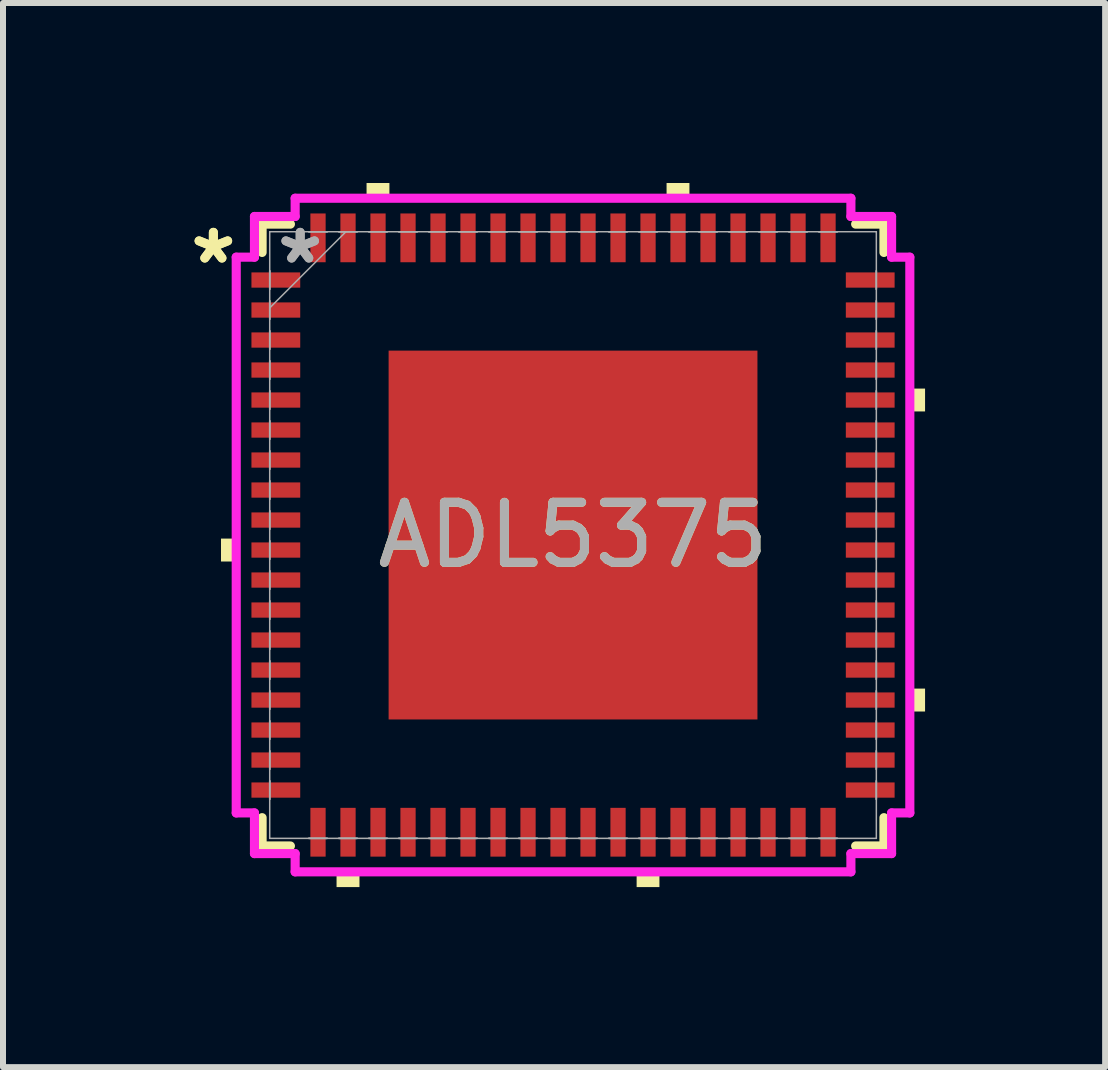
<source format=kicad_pcb>
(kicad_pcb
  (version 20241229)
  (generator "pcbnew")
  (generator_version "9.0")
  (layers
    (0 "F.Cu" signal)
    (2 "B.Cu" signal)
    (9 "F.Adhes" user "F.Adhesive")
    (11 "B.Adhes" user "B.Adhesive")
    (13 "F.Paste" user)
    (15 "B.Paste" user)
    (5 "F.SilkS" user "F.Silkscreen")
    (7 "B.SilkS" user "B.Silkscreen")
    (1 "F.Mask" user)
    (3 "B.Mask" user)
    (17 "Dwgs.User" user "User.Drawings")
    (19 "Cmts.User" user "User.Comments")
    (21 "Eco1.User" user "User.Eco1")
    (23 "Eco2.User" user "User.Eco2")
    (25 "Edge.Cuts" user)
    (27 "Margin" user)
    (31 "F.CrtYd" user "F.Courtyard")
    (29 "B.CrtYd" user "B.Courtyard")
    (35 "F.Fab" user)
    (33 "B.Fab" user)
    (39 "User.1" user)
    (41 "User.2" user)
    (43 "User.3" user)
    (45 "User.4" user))
  (footprint "ADL5375"
    (layer "F.Cu")
    (at 6.5 5.867)
    (property "Reference" "ADL5375" (at 0 0 0) (unlocked yes) (layer "F.SilkS") (effects (font (size 1 1) (thickness 0.15))))
    (attr smd)
    (fp_line (start -5.182 -5.182) (end -5.182 -4.71) (stroke (width 0.152) (type solid)) (layer "F.SilkS"))
    (fp_line (start -5.182 4.71) (end -5.182 5.182) (stroke (width 0.152) (type solid)) (layer "F.SilkS"))
    (fp_line (start -5.182 5.182) (end -4.71 5.182) (stroke (width 0.152) (type solid)) (layer "F.SilkS"))
    (fp_line (start -4.71 -5.182) (end -5.182 -5.182) (stroke (width 0.152) (type solid)) (layer "F.SilkS"))
    (fp_line (start 4.71 5.182) (end 5.182 5.182) (stroke (width 0.152) (type solid)) (layer "F.SilkS"))
    (fp_line (start 5.182 -5.182) (end 4.71 -5.182) (stroke (width 0.152) (type solid)) (layer "F.SilkS"))
    (fp_line (start 5.182 -4.71) (end 5.182 -5.182) (stroke (width 0.152) (type solid)) (layer "F.SilkS"))
    (fp_line (start 5.182 5.182) (end 5.182 4.71) (stroke (width 0.152) (type solid)) (layer "F.SilkS"))
    (fp_poly (pts (xy -5.867 0.059) (xy -5.867 0.441) (xy -5.613 0.441) (xy -5.613 0.059)) (stroke (width 0) (type solid)) (fill yes) (layer "F.SilkS"))
    (fp_poly (pts (xy -3.941 5.613) (xy -3.941 5.867) (xy -3.559 5.867) (xy -3.559 5.613)) (stroke (width 0) (type solid)) (fill yes) (layer "F.SilkS"))
    (fp_poly (pts (xy -3.441 -5.613) (xy -3.441 -5.867) (xy -3.06 -5.867) (xy -3.06 -5.613)) (stroke (width 0) (type solid)) (fill yes) (layer "F.SilkS"))
    (fp_poly (pts (xy 1.06 5.613) (xy 1.06 5.867) (xy 1.44 5.867) (xy 1.44 5.613)) (stroke (width 0) (type solid)) (fill yes) (layer "F.SilkS"))
    (fp_poly (pts (xy 1.559 -5.613) (xy 1.559 -5.867) (xy 1.94 -5.867) (xy 1.94 -5.613)) (stroke (width 0) (type solid)) (fill yes) (layer "F.SilkS"))
    (fp_poly (pts (xy 5.867 -2.441) (xy 5.867 -2.06) (xy 5.613 -2.06) (xy 5.613 -2.441)) (stroke (width 0) (type solid)) (fill yes) (layer "F.SilkS"))
    (fp_poly (pts (xy 5.867 2.559) (xy 5.867 2.941) (xy 5.613 2.941) (xy 5.613 2.559)) (stroke (width 0) (type solid)) (fill yes) (layer "F.SilkS"))
    (fp_poly (pts (xy -2.973 -2.973) (xy -2.973 -1.637) (xy -1.637 -1.637) (xy -1.637 -2.973)) (stroke (width 0) (type solid)) (fill yes) (layer "F.Paste"))
    (fp_poly (pts (xy -2.973 -1.437) (xy -2.973 -0.1) (xy -1.637 -0.1) (xy -1.637 -1.437)) (stroke (width 0) (type solid)) (fill yes) (layer "F.Paste"))
    (fp_poly (pts (xy -2.973 0.1) (xy -2.973 1.437) (xy -1.637 1.437) (xy -1.637 0.1)) (stroke (width 0) (type solid)) (fill yes) (layer "F.Paste"))
    (fp_poly (pts (xy -2.973 1.637) (xy -2.973 2.973) (xy -1.637 2.973) (xy -1.637 1.637)) (stroke (width 0) (type solid)) (fill yes) (layer "F.Paste"))
    (fp_poly (pts (xy -1.437 -2.973) (xy -1.437 -1.637) (xy -0.1 -1.637) (xy -0.1 -2.973)) (stroke (width 0) (type solid)) (fill yes) (layer "F.Paste"))
    (fp_poly (pts (xy -1.437 -1.437) (xy -1.437 -0.1) (xy -0.1 -0.1) (xy -0.1 -1.437)) (stroke (width 0) (type solid)) (fill yes) (layer "F.Paste"))
    (fp_poly (pts (xy -1.437 0.1) (xy -1.437 1.437) (xy -0.1 1.437) (xy -0.1 0.1)) (stroke (width 0) (type solid)) (fill yes) (layer "F.Paste"))
    (fp_poly (pts (xy -1.437 1.637) (xy -1.437 2.973) (xy -0.1 2.973) (xy -0.1 1.637)) (stroke (width 0) (type solid)) (fill yes) (layer "F.Paste"))
    (fp_poly (pts (xy 0.1 -2.973) (xy 0.1 -1.637) (xy 1.437 -1.637) (xy 1.437 -2.973)) (stroke (width 0) (type solid)) (fill yes) (layer "F.Paste"))
    (fp_poly (pts (xy 0.1 -1.437) (xy 0.1 -0.1) (xy 1.437 -0.1) (xy 1.437 -1.437)) (stroke (width 0) (type solid)) (fill yes) (layer "F.Paste"))
    (fp_poly (pts (xy 0.1 0.1) (xy 0.1 1.437) (xy 1.437 1.437) (xy 1.437 0.1)) (stroke (width 0) (type solid)) (fill yes) (layer "F.Paste"))
    (fp_poly (pts (xy 0.1 1.637) (xy 0.1 2.973) (xy 1.437 2.973) (xy 1.437 1.637)) (stroke (width 0) (type solid)) (fill yes) (layer "F.Paste"))
    (fp_poly (pts (xy 1.637 -2.973) (xy 1.637 -1.637) (xy 2.973 -1.637) (xy 2.973 -2.973)) (stroke (width 0) (type solid)) (fill yes) (layer "F.Paste"))
    (fp_poly (pts (xy 1.637 -1.437) (xy 1.637 -0.1) (xy 2.973 -0.1) (xy 2.973 -1.437)) (stroke (width 0) (type solid)) (fill yes) (layer "F.Paste"))
    (fp_poly (pts (xy 1.637 0.1) (xy 1.637 1.437) (xy 2.973 1.437) (xy 2.973 0.1)) (stroke (width 0) (type solid)) (fill yes) (layer "F.Paste"))
    (fp_poly (pts (xy 1.637 1.637) (xy 1.637 2.973) (xy 2.973 2.973) (xy 2.973 1.637)) (stroke (width 0) (type solid)) (fill yes) (layer "F.Paste"))
    (fp_line (start -5.613 -4.631) (end -5.309 -4.631) (stroke (width 0.152) (type solid)) (layer "F.CrtYd"))
    (fp_line (start -5.613 4.631) (end -5.613 -4.631) (stroke (width 0.152) (type solid)) (layer "F.CrtYd"))
    (fp_line (start -5.309 -5.309) (end -4.631 -5.309) (stroke (width 0.152) (type solid)) (layer "F.CrtYd"))
    (fp_line (start -5.309 -4.631) (end -5.309 -5.309) (stroke (width 0.152) (type solid)) (layer "F.CrtYd"))
    (fp_line (start -5.309 4.631) (end -5.613 4.631) (stroke (width 0.152) (type solid)) (layer "F.CrtYd"))
    (fp_line (start -5.309 5.309) (end -5.309 4.631) (stroke (width 0.152) (type solid)) (layer "F.CrtYd"))
    (fp_line (start -4.631 -5.613) (end 4.631 -5.613) (stroke (width 0.152) (type solid)) (layer "F.CrtYd"))
    (fp_line (start -4.631 -5.309) (end -4.631 -5.613) (stroke (width 0.152) (type solid)) (layer "F.CrtYd"))
    (fp_line (start -4.631 5.309) (end -5.309 5.309) (stroke (width 0.152) (type solid)) (layer "F.CrtYd"))
    (fp_line (start -4.631 5.613) (end -4.631 5.309) (stroke (width 0.152) (type solid)) (layer "F.CrtYd"))
    (fp_line (start 4.631 -5.613) (end 4.631 -5.309) (stroke (width 0.152) (type solid)) (layer "F.CrtYd"))
    (fp_line (start 4.631 -5.309) (end 5.309 -5.309) (stroke (width 0.152) (type solid)) (layer "F.CrtYd"))
    (fp_line (start 4.631 5.309) (end 4.631 5.613) (stroke (width 0.152) (type solid)) (layer "F.CrtYd"))
    (fp_line (start 4.631 5.613) (end -4.631 5.613) (stroke (width 0.152) (type solid)) (layer "F.CrtYd"))
    (fp_line (start 5.309 -5.309) (end 5.309 -4.631) (stroke (width 0.152) (type solid)) (layer "F.CrtYd"))
    (fp_line (start 5.309 -4.631) (end 5.613 -4.631) (stroke (width 0.152) (type solid)) (layer "F.CrtYd"))
    (fp_line (start 5.309 4.631) (end 5.309 5.309) (stroke (width 0.152) (type solid)) (layer "F.CrtYd"))
    (fp_line (start 5.309 5.309) (end 4.631 5.309) (stroke (width 0.152) (type solid)) (layer "F.CrtYd"))
    (fp_line (start 5.613 -4.631) (end 5.613 4.631) (stroke (width 0.152) (type solid)) (layer "F.CrtYd"))
    (fp_line (start 5.613 4.631) (end 5.309 4.631) (stroke (width 0.152) (type solid)) (layer "F.CrtYd"))
    (fp_line (start -5.055 -5.055) (end -5.055 -5.055) (stroke (width 0.025) (type solid)) (layer "F.Fab"))
    (fp_line (start -5.055 -5.055) (end -5.055 5.055) (stroke (width 0.025) (type solid)) (layer "F.Fab"))
    (fp_line (start -5.055 -4.402) (end -5.055 -4.402) (stroke (width 0.025) (type solid)) (layer "F.Fab"))
    (fp_line (start -5.055 -4.402) (end -5.055 -4.098) (stroke (width 0.025) (type solid)) (layer "F.Fab"))
    (fp_line (start -5.055 -4.098) (end -5.055 -4.402) (stroke (width 0.025) (type solid)) (layer "F.Fab"))
    (fp_line (start -5.055 -4.098) (end -5.055 -4.098) (stroke (width 0.025) (type solid)) (layer "F.Fab"))
    (fp_line (start -5.055 -3.902) (end -5.055 -3.902) (stroke (width 0.025) (type solid)) (layer "F.Fab"))
    (fp_line (start -5.055 -3.902) (end -5.055 -3.598) (stroke (width 0.025) (type solid)) (layer "F.Fab"))
    (fp_line (start -5.055 -3.785) (end -3.785 -5.055) (stroke (width 0.025) (type solid)) (layer "F.Fab"))
    (fp_line (start -5.055 -3.598) (end -5.055 -3.902) (stroke (width 0.025) (type solid)) (layer "F.Fab"))
    (fp_line (start -5.055 -3.598) (end -5.055 -3.598) (stroke (width 0.025) (type solid)) (layer "F.Fab"))
    (fp_line (start -5.055 -3.402) (end -5.055 -3.402) (stroke (width 0.025) (type solid)) (layer "F.Fab"))
    (fp_line (start -5.055 -3.402) (end -5.055 -3.098) (stroke (width 0.025) (type solid)) (layer "F.Fab"))
    (fp_line (start -5.055 -3.098) (end -5.055 -3.402) (stroke (width 0.025) (type solid)) (layer "F.Fab"))
    (fp_line (start -5.055 -3.098) (end -5.055 -3.098) (stroke (width 0.025) (type solid)) (layer "F.Fab"))
    (fp_line (start -5.055 -2.902) (end -5.055 -2.902) (stroke (width 0.025) (type solid)) (layer "F.Fab"))
    (fp_line (start -5.055 -2.902) (end -5.055 -2.598) (stroke (width 0.025) (type solid)) (layer "F.Fab"))
    (fp_line (start -5.055 -2.598) (end -5.055 -2.902) (stroke (width 0.025) (type solid)) (layer "F.Fab"))
    (fp_line (start -5.055 -2.598) (end -5.055 -2.598) (stroke (width 0.025) (type solid)) (layer "F.Fab"))
    (fp_line (start -5.055 -2.402) (end -5.055 -2.402) (stroke (width 0.025) (type solid)) (layer "F.Fab"))
    (fp_line (start -5.055 -2.402) (end -5.055 -2.098) (stroke (width 0.025) (type solid)) (layer "F.Fab"))
    (fp_line (start -5.055 -2.098) (end -5.055 -2.402) (stroke (width 0.025) (type solid)) (layer "F.Fab"))
    (fp_line (start -5.055 -2.098) (end -5.055 -2.098) (stroke (width 0.025) (type solid)) (layer "F.Fab"))
    (fp_line (start -5.055 -1.902) (end -5.055 -1.902) (stroke (width 0.025) (type solid)) (layer "F.Fab"))
    (fp_line (start -5.055 -1.902) (end -5.055 -1.598) (stroke (width 0.025) (type solid)) (layer "F.Fab"))
    (fp_line (start -5.055 -1.598) (end -5.055 -1.902) (stroke (width 0.025) (type solid)) (layer "F.Fab"))
    (fp_line (start -5.055 -1.598) (end -5.055 -1.598) (stroke (width 0.025) (type solid)) (layer "F.Fab"))
    (fp_line (start -5.055 -1.402) (end -5.055 -1.402) (stroke (width 0.025) (type solid)) (layer "F.Fab"))
    (fp_line (start -5.055 -1.402) (end -5.055 -1.098) (stroke (width 0.025) (type solid)) (layer "F.Fab"))
    (fp_line (start -5.055 -1.098) (end -5.055 -1.402) (stroke (width 0.025) (type solid)) (layer "F.Fab"))
    (fp_line (start -5.055 -1.098) (end -5.055 -1.098) (stroke (width 0.025) (type solid)) (layer "F.Fab"))
    (fp_line (start -5.055 -0.902) (end -5.055 -0.902) (stroke (width 0.025) (type solid)) (layer "F.Fab"))
    (fp_line (start -5.055 -0.902) (end -5.055 -0.598) (stroke (width 0.025) (type solid)) (layer "F.Fab"))
    (fp_line (start -5.055 -0.598) (end -5.055 -0.902) (stroke (width 0.025) (type solid)) (layer "F.Fab"))
    (fp_line (start -5.055 -0.598) (end -5.055 -0.598) (stroke (width 0.025) (type solid)) (layer "F.Fab"))
    (fp_line (start -5.055 -0.402) (end -5.055 -0.402) (stroke (width 0.025) (type solid)) (layer "F.Fab"))
    (fp_line (start -5.055 -0.402) (end -5.055 -0.098) (stroke (width 0.025) (type solid)) (layer "F.Fab"))
    (fp_line (start -5.055 -0.098) (end -5.055 -0.402) (stroke (width 0.025) (type solid)) (layer "F.Fab"))
    (fp_line (start -5.055 -0.098) (end -5.055 -0.098) (stroke (width 0.025) (type solid)) (layer "F.Fab"))
    (fp_line (start -5.055 0.098) (end -5.055 0.098) (stroke (width 0.025) (type solid)) (layer "F.Fab"))
    (fp_line (start -5.055 0.098) (end -5.055 0.402) (stroke (width 0.025) (type solid)) (layer "F.Fab"))
    (fp_line (start -5.055 0.402) (end -5.055 0.098) (stroke (width 0.025) (type solid)) (layer "F.Fab"))
    (fp_line (start -5.055 0.402) (end -5.055 0.402) (stroke (width 0.025) (type solid)) (layer "F.Fab"))
    (fp_line (start -5.055 0.598) (end -5.055 0.598) (stroke (width 0.025) (type solid)) (layer "F.Fab"))
    (fp_line (start -5.055 0.598) (end -5.055 0.902) (stroke (width 0.025) (type solid)) (layer "F.Fab"))
    (fp_line (start -5.055 0.902) (end -5.055 0.598) (stroke (width 0.025) (type solid)) (layer "F.Fab"))
    (fp_line (start -5.055 0.902) (end -5.055 0.902) (stroke (width 0.025) (type solid)) (layer "F.Fab"))
    (fp_line (start -5.055 1.098) (end -5.055 1.098) (stroke (width 0.025) (type solid)) (layer "F.Fab"))
    (fp_line (start -5.055 1.098) (end -5.055 1.402) (stroke (width 0.025) (type solid)) (layer "F.Fab"))
    (fp_line (start -5.055 1.402) (end -5.055 1.098) (stroke (width 0.025) (type solid)) (layer "F.Fab"))
    (fp_line (start -5.055 1.402) (end -5.055 1.402) (stroke (width 0.025) (type solid)) (layer "F.Fab"))
    (fp_line (start -5.055 1.598) (end -5.055 1.598) (stroke (width 0.025) (type solid)) (layer "F.Fab"))
    (fp_line (start -5.055 1.598) (end -5.055 1.902) (stroke (width 0.025) (type solid)) (layer "F.Fab"))
    (fp_line (start -5.055 1.902) (end -5.055 1.598) (stroke (width 0.025) (type solid)) (layer "F.Fab"))
    (fp_line (start -5.055 1.902) (end -5.055 1.902) (stroke (width 0.025) (type solid)) (layer "F.Fab"))
    (fp_line (start -5.055 2.098) (end -5.055 2.098) (stroke (width 0.025) (type solid)) (layer "F.Fab"))
    (fp_line (start -5.055 2.098) (end -5.055 2.402) (stroke (width 0.025) (type solid)) (layer "F.Fab"))
    (fp_line (start -5.055 2.402) (end -5.055 2.098) (stroke (width 0.025) (type solid)) (layer "F.Fab"))
    (fp_line (start -5.055 2.402) (end -5.055 2.402) (stroke (width 0.025) (type solid)) (layer "F.Fab"))
    (fp_line (start -5.055 2.598) (end -5.055 2.598) (stroke (width 0.025) (type solid)) (layer "F.Fab"))
    (fp_line (start -5.055 2.598) (end -5.055 2.902) (stroke (width 0.025) (type solid)) (layer "F.Fab"))
    (fp_line (start -5.055 2.902) (end -5.055 2.598) (stroke (width 0.025) (type solid)) (layer "F.Fab"))
    (fp_line (start -5.055 2.902) (end -5.055 2.902) (stroke (width 0.025) (type solid)) (layer "F.Fab"))
    (fp_line (start -5.055 3.098) (end -5.055 3.098) (stroke (width 0.025) (type solid)) (layer "F.Fab"))
    (fp_line (start -5.055 3.098) (end -5.055 3.402) (stroke (width 0.025) (type solid)) (layer "F.Fab"))
    (fp_line (start -5.055 3.402) (end -5.055 3.098) (stroke (width 0.025) (type solid)) (layer "F.Fab"))
    (fp_line (start -5.055 3.402) (end -5.055 3.402) (stroke (width 0.025) (type solid)) (layer "F.Fab"))
    (fp_line (start -5.055 3.598) (end -5.055 3.598) (stroke (width 0.025) (type solid)) (layer "F.Fab"))
    (fp_line (start -5.055 3.598) (end -5.055 3.902) (stroke (width 0.025) (type solid)) (layer "F.Fab"))
    (fp_line (start -5.055 3.902) (end -5.055 3.598) (stroke (width 0.025) (type solid)) (layer "F.Fab"))
    (fp_line (start -5.055 3.902) (end -5.055 3.902) (stroke (width 0.025) (type solid)) (layer "F.Fab"))
    (fp_line (start -5.055 4.098) (end -5.055 4.098) (stroke (width 0.025) (type solid)) (layer "F.Fab"))
    (fp_line (start -5.055 4.098) (end -5.055 4.402) (stroke (width 0.025) (type solid)) (layer "F.Fab"))
    (fp_line (start -5.055 4.402) (end -5.055 4.098) (stroke (width 0.025) (type solid)) (layer "F.Fab"))
    (fp_line (start -5.055 4.402) (end -5.055 4.402) (stroke (width 0.025) (type solid)) (layer "F.Fab"))
    (fp_line (start -5.055 5.055) (end -5.055 5.055) (stroke (width 0.025) (type solid)) (layer "F.Fab"))
    (fp_line (start -5.055 5.055) (end 5.055 5.055) (stroke (width 0.025) (type solid)) (layer "F.Fab"))
    (fp_line (start -4.402 -5.055) (end -4.402 -5.055) (stroke (width 0.025) (type solid)) (layer "F.Fab"))
    (fp_line (start -4.402 -5.055) (end -4.098 -5.055) (stroke (width 0.025) (type solid)) (layer "F.Fab"))
    (fp_line (start -4.402 5.055) (end -4.402 5.055) (stroke (width 0.025) (type solid)) (layer "F.Fab"))
    (fp_line (start -4.402 5.055) (end -4.098 5.055) (stroke (width 0.025) (type solid)) (layer "F.Fab"))
    (fp_line (start -4.098 -5.055) (end -4.402 -5.055) (stroke (width 0.025) (type solid)) (layer "F.Fab"))
    (fp_line (start -4.098 -5.055) (end -4.098 -5.055) (stroke (width 0.025) (type solid)) (layer "F.Fab"))
    (fp_line (start -4.098 5.055) (end -4.402 5.055) (stroke (width 0.025) (type solid)) (layer "F.Fab"))
    (fp_line (start -4.098 5.055) (end -4.098 5.055) (stroke (width 0.025) (type solid)) (layer "F.Fab"))
    (fp_line (start -3.902 -5.055) (end -3.902 -5.055) (stroke (width 0.025) (type solid)) (layer "F.Fab"))
    (fp_line (start -3.902 -5.055) (end -3.598 -5.055) (stroke (width 0.025) (type solid)) (layer "F.Fab"))
    (fp_line (start -3.902 5.055) (end -3.902 5.055) (stroke (width 0.025) (type solid)) (layer "F.Fab"))
    (fp_line (start -3.902 5.055) (end -3.598 5.055) (stroke (width 0.025) (type solid)) (layer "F.Fab"))
    (fp_line (start -3.598 -5.055) (end -3.902 -5.055) (stroke (width 0.025) (type solid)) (layer "F.Fab"))
    (fp_line (start -3.598 -5.055) (end -3.598 -5.055) (stroke (width 0.025) (type solid)) (layer "F.Fab"))
    (fp_line (start -3.598 5.055) (end -3.902 5.055) (stroke (width 0.025) (type solid)) (layer "F.Fab"))
    (fp_line (start -3.598 5.055) (end -3.598 5.055) (stroke (width 0.025) (type solid)) (layer "F.Fab"))
    (fp_line (start -3.402 -5.055) (end -3.402 -5.055) (stroke (width 0.025) (type solid)) (layer "F.Fab"))
    (fp_line (start -3.402 -5.055) (end -3.098 -5.055) (stroke (width 0.025) (type solid)) (layer "F.Fab"))
    (fp_line (start -3.402 5.055) (end -3.402 5.055) (stroke (width 0.025) (type solid)) (layer "F.Fab"))
    (fp_line (start -3.402 5.055) (end -3.098 5.055) (stroke (width 0.025) (type solid)) (layer "F.Fab"))
    (fp_line (start -3.098 -5.055) (end -3.402 -5.055) (stroke (width 0.025) (type solid)) (layer "F.Fab"))
    (fp_line (start -3.098 -5.055) (end -3.098 -5.055) (stroke (width 0.025) (type solid)) (layer "F.Fab"))
    (fp_line (start -3.098 5.055) (end -3.402 5.055) (stroke (width 0.025) (type solid)) (layer "F.Fab"))
    (fp_line (start -3.098 5.055) (end -3.098 5.055) (stroke (width 0.025) (type solid)) (layer "F.Fab"))
    (fp_line (start -2.902 -5.055) (end -2.902 -5.055) (stroke (width 0.025) (type solid)) (layer "F.Fab"))
    (fp_line (start -2.902 -5.055) (end -2.598 -5.055) (stroke (width 0.025) (type solid)) (layer "F.Fab"))
    (fp_line (start -2.902 5.055) (end -2.902 5.055) (stroke (width 0.025) (type solid)) (layer "F.Fab"))
    (fp_line (start -2.902 5.055) (end -2.598 5.055) (stroke (width 0.025) (type solid)) (layer "F.Fab"))
    (fp_line (start -2.598 -5.055) (end -2.902 -5.055) (stroke (width 0.025) (type solid)) (layer "F.Fab"))
    (fp_line (start -2.598 -5.055) (end -2.598 -5.055) (stroke (width 0.025) (type solid)) (layer "F.Fab"))
    (fp_line (start -2.598 5.055) (end -2.902 5.055) (stroke (width 0.025) (type solid)) (layer "F.Fab"))
    (fp_line (start -2.598 5.055) (end -2.598 5.055) (stroke (width 0.025) (type solid)) (layer "F.Fab"))
    (fp_line (start -2.402 -5.055) (end -2.402 -5.055) (stroke (width 0.025) (type solid)) (layer "F.Fab"))
    (fp_line (start -2.402 -5.055) (end -2.098 -5.055) (stroke (width 0.025) (type solid)) (layer "F.Fab"))
    (fp_line (start -2.402 5.055) (end -2.402 5.055) (stroke (width 0.025) (type solid)) (layer "F.Fab"))
    (fp_line (start -2.402 5.055) (end -2.098 5.055) (stroke (width 0.025) (type solid)) (layer "F.Fab"))
    (fp_line (start -2.098 -5.055) (end -2.402 -5.055) (stroke (width 0.025) (type solid)) (layer "F.Fab"))
    (fp_line (start -2.098 -5.055) (end -2.098 -5.055) (stroke (width 0.025) (type solid)) (layer "F.Fab"))
    (fp_line (start -2.098 5.055) (end -2.402 5.055) (stroke (width 0.025) (type solid)) (layer "F.Fab"))
    (fp_line (start -2.098 5.055) (end -2.098 5.055) (stroke (width 0.025) (type solid)) (layer "F.Fab"))
    (fp_line (start -1.902 -5.055) (end -1.902 -5.055) (stroke (width 0.025) (type solid)) (layer "F.Fab"))
    (fp_line (start -1.902 -5.055) (end -1.598 -5.055) (stroke (width 0.025) (type solid)) (layer "F.Fab"))
    (fp_line (start -1.902 5.055) (end -1.902 5.055) (stroke (width 0.025) (type solid)) (layer "F.Fab"))
    (fp_line (start -1.902 5.055) (end -1.598 5.055) (stroke (width 0.025) (type solid)) (layer "F.Fab"))
    (fp_line (start -1.598 -5.055) (end -1.902 -5.055) (stroke (width 0.025) (type solid)) (layer "F.Fab"))
    (fp_line (start -1.598 -5.055) (end -1.598 -5.055) (stroke (width 0.025) (type solid)) (layer "F.Fab"))
    (fp_line (start -1.598 5.055) (end -1.902 5.055) (stroke (width 0.025) (type solid)) (layer "F.Fab"))
    (fp_line (start -1.598 5.055) (end -1.598 5.055) (stroke (width 0.025) (type solid)) (layer "F.Fab"))
    (fp_line (start -1.402 -5.055) (end -1.402 -5.055) (stroke (width 0.025) (type solid)) (layer "F.Fab"))
    (fp_line (start -1.402 -5.055) (end -1.098 -5.055) (stroke (width 0.025) (type solid)) (layer "F.Fab"))
    (fp_line (start -1.402 5.055) (end -1.402 5.055) (stroke (width 0.025) (type solid)) (layer "F.Fab"))
    (fp_line (start -1.402 5.055) (end -1.098 5.055) (stroke (width 0.025) (type solid)) (layer "F.Fab"))
    (fp_line (start -1.098 -5.055) (end -1.402 -5.055) (stroke (width 0.025) (type solid)) (layer "F.Fab"))
    (fp_line (start -1.098 -5.055) (end -1.098 -5.055) (stroke (width 0.025) (type solid)) (layer "F.Fab"))
    (fp_line (start -1.098 5.055) (end -1.402 5.055) (stroke (width 0.025) (type solid)) (layer "F.Fab"))
    (fp_line (start -1.098 5.055) (end -1.098 5.055) (stroke (width 0.025) (type solid)) (layer "F.Fab"))
    (fp_line (start -0.902 -5.055) (end -0.902 -5.055) (stroke (width 0.025) (type solid)) (layer "F.Fab"))
    (fp_line (start -0.902 -5.055) (end -0.598 -5.055) (stroke (width 0.025) (type solid)) (layer "F.Fab"))
    (fp_line (start -0.902 5.055) (end -0.902 5.055) (stroke (width 0.025) (type solid)) (layer "F.Fab"))
    (fp_line (start -0.902 5.055) (end -0.598 5.055) (stroke (width 0.025) (type solid)) (layer "F.Fab"))
    (fp_line (start -0.598 -5.055) (end -0.902 -5.055) (stroke (width 0.025) (type solid)) (layer "F.Fab"))
    (fp_line (start -0.598 -5.055) (end -0.598 -5.055) (stroke (width 0.025) (type solid)) (layer "F.Fab"))
    (fp_line (start -0.598 5.055) (end -0.902 5.055) (stroke (width 0.025) (type solid)) (layer "F.Fab"))
    (fp_line (start -0.598 5.055) (end -0.598 5.055) (stroke (width 0.025) (type solid)) (layer "F.Fab"))
    (fp_line (start -0.402 -5.055) (end -0.402 -5.055) (stroke (width 0.025) (type solid)) (layer "F.Fab"))
    (fp_line (start -0.402 -5.055) (end -0.098 -5.055) (stroke (width 0.025) (type solid)) (layer "F.Fab"))
    (fp_line (start -0.402 5.055) (end -0.402 5.055) (stroke (width 0.025) (type solid)) (layer "F.Fab"))
    (fp_line (start -0.402 5.055) (end -0.098 5.055) (stroke (width 0.025) (type solid)) (layer "F.Fab"))
    (fp_line (start -0.098 -5.055) (end -0.402 -5.055) (stroke (width 0.025) (type solid)) (layer "F.Fab"))
    (fp_line (start -0.098 -5.055) (end -0.098 -5.055) (stroke (width 0.025) (type solid)) (layer "F.Fab"))
    (fp_line (start -0.098 5.055) (end -0.402 5.055) (stroke (width 0.025) (type solid)) (layer "F.Fab"))
    (fp_line (start -0.098 5.055) (end -0.098 5.055) (stroke (width 0.025) (type solid)) (layer "F.Fab"))
    (fp_line (start 0.098 -5.055) (end 0.098 -5.055) (stroke (width 0.025) (type solid)) (layer "F.Fab"))
    (fp_line (start 0.098 -5.055) (end 0.402 -5.055) (stroke (width 0.025) (type solid)) (layer "F.Fab"))
    (fp_line (start 0.098 5.055) (end 0.098 5.055) (stroke (width 0.025) (type solid)) (layer "F.Fab"))
    (fp_line (start 0.098 5.055) (end 0.402 5.055) (stroke (width 0.025) (type solid)) (layer "F.Fab"))
    (fp_line (start 0.402 -5.055) (end 0.098 -5.055) (stroke (width 0.025) (type solid)) (layer "F.Fab"))
    (fp_line (start 0.402 -5.055) (end 0.402 -5.055) (stroke (width 0.025) (type solid)) (layer "F.Fab"))
    (fp_line (start 0.402 5.055) (end 0.098 5.055) (stroke (width 0.025) (type solid)) (layer "F.Fab"))
    (fp_line (start 0.402 5.055) (end 0.402 5.055) (stroke (width 0.025) (type solid)) (layer "F.Fab"))
    (fp_line (start 0.598 -5.055) (end 0.598 -5.055) (stroke (width 0.025) (type solid)) (layer "F.Fab"))
    (fp_line (start 0.598 -5.055) (end 0.902 -5.055) (stroke (width 0.025) (type solid)) (layer "F.Fab"))
    (fp_line (start 0.598 5.055) (end 0.598 5.055) (stroke (width 0.025) (type solid)) (layer "F.Fab"))
    (fp_line (start 0.598 5.055) (end 0.902 5.055) (stroke (width 0.025) (type solid)) (layer "F.Fab"))
    (fp_line (start 0.902 -5.055) (end 0.598 -5.055) (stroke (width 0.025) (type solid)) (layer "F.Fab"))
    (fp_line (start 0.902 -5.055) (end 0.902 -5.055) (stroke (width 0.025) (type solid)) (layer "F.Fab"))
    (fp_line (start 0.902 5.055) (end 0.598 5.055) (stroke (width 0.025) (type solid)) (layer "F.Fab"))
    (fp_line (start 0.902 5.055) (end 0.902 5.055) (stroke (width 0.025) (type solid)) (layer "F.Fab"))
    (fp_line (start 1.098 -5.055) (end 1.098 -5.055) (stroke (width 0.025) (type solid)) (layer "F.Fab"))
    (fp_line (start 1.098 -5.055) (end 1.402 -5.055) (stroke (width 0.025) (type solid)) (layer "F.Fab"))
    (fp_line (start 1.098 5.055) (end 1.098 5.055) (stroke (width 0.025) (type solid)) (layer "F.Fab"))
    (fp_line (start 1.098 5.055) (end 1.402 5.055) (stroke (width 0.025) (type solid)) (layer "F.Fab"))
    (fp_line (start 1.402 -5.055) (end 1.098 -5.055) (stroke (width 0.025) (type solid)) (layer "F.Fab"))
    (fp_line (start 1.402 -5.055) (end 1.402 -5.055) (stroke (width 0.025) (type solid)) (layer "F.Fab"))
    (fp_line (start 1.402 5.055) (end 1.098 5.055) (stroke (width 0.025) (type solid)) (layer "F.Fab"))
    (fp_line (start 1.402 5.055) (end 1.402 5.055) (stroke (width 0.025) (type solid)) (layer "F.Fab"))
    (fp_line (start 1.598 -5.055) (end 1.598 -5.055) (stroke (width 0.025) (type solid)) (layer "F.Fab"))
    (fp_line (start 1.598 -5.055) (end 1.902 -5.055) (stroke (width 0.025) (type solid)) (layer "F.Fab"))
    (fp_line (start 1.598 5.055) (end 1.598 5.055) (stroke (width 0.025) (type solid)) (layer "F.Fab"))
    (fp_line (start 1.598 5.055) (end 1.902 5.055) (stroke (width 0.025) (type solid)) (layer "F.Fab"))
    (fp_line (start 1.902 -5.055) (end 1.598 -5.055) (stroke (width 0.025) (type solid)) (layer "F.Fab"))
    (fp_line (start 1.902 -5.055) (end 1.902 -5.055) (stroke (width 0.025) (type solid)) (layer "F.Fab"))
    (fp_line (start 1.902 5.055) (end 1.598 5.055) (stroke (width 0.025) (type solid)) (layer "F.Fab"))
    (fp_line (start 1.902 5.055) (end 1.902 5.055) (stroke (width 0.025) (type solid)) (layer "F.Fab"))
    (fp_line (start 2.098 -5.055) (end 2.098 -5.055) (stroke (width 0.025) (type solid)) (layer "F.Fab"))
    (fp_line (start 2.098 -5.055) (end 2.402 -5.055) (stroke (width 0.025) (type solid)) (layer "F.Fab"))
    (fp_line (start 2.098 5.055) (end 2.098 5.055) (stroke (width 0.025) (type solid)) (layer "F.Fab"))
    (fp_line (start 2.098 5.055) (end 2.402 5.055) (stroke (width 0.025) (type solid)) (layer "F.Fab"))
    (fp_line (start 2.402 -5.055) (end 2.098 -5.055) (stroke (width 0.025) (type solid)) (layer "F.Fab"))
    (fp_line (start 2.402 -5.055) (end 2.402 -5.055) (stroke (width 0.025) (type solid)) (layer "F.Fab"))
    (fp_line (start 2.402 5.055) (end 2.098 5.055) (stroke (width 0.025) (type solid)) (layer "F.Fab"))
    (fp_line (start 2.402 5.055) (end 2.402 5.055) (stroke (width 0.025) (type solid)) (layer "F.Fab"))
    (fp_line (start 2.598 -5.055) (end 2.598 -5.055) (stroke (width 0.025) (type solid)) (layer "F.Fab"))
    (fp_line (start 2.598 -5.055) (end 2.902 -5.055) (stroke (width 0.025) (type solid)) (layer "F.Fab"))
    (fp_line (start 2.598 5.055) (end 2.598 5.055) (stroke (width 0.025) (type solid)) (layer "F.Fab"))
    (fp_line (start 2.598 5.055) (end 2.902 5.055) (stroke (width 0.025) (type solid)) (layer "F.Fab"))
    (fp_line (start 2.902 -5.055) (end 2.598 -5.055) (stroke (width 0.025) (type solid)) (layer "F.Fab"))
    (fp_line (start 2.902 -5.055) (end 2.902 -5.055) (stroke (width 0.025) (type solid)) (layer "F.Fab"))
    (fp_line (start 2.902 5.055) (end 2.598 5.055) (stroke (width 0.025) (type solid)) (layer "F.Fab"))
    (fp_line (start 2.902 5.055) (end 2.902 5.055) (stroke (width 0.025) (type solid)) (layer "F.Fab"))
    (fp_line (start 3.098 -5.055) (end 3.098 -5.055) (stroke (width 0.025) (type solid)) (layer "F.Fab"))
    (fp_line (start 3.098 -5.055) (end 3.402 -5.055) (stroke (width 0.025) (type solid)) (layer "F.Fab"))
    (fp_line (start 3.098 5.055) (end 3.098 5.055) (stroke (width 0.025) (type solid)) (layer "F.Fab"))
    (fp_line (start 3.098 5.055) (end 3.402 5.055) (stroke (width 0.025) (type solid)) (layer "F.Fab"))
    (fp_line (start 3.402 -5.055) (end 3.098 -5.055) (stroke (width 0.025) (type solid)) (layer "F.Fab"))
    (fp_line (start 3.402 -5.055) (end 3.402 -5.055) (stroke (width 0.025) (type solid)) (layer "F.Fab"))
    (fp_line (start 3.402 5.055) (end 3.098 5.055) (stroke (width 0.025) (type solid)) (layer "F.Fab"))
    (fp_line (start 3.402 5.055) (end 3.402 5.055) (stroke (width 0.025) (type solid)) (layer "F.Fab"))
    (fp_line (start 3.598 -5.055) (end 3.598 -5.055) (stroke (width 0.025) (type solid)) (layer "F.Fab"))
    (fp_line (start 3.598 -5.055) (end 3.902 -5.055) (stroke (width 0.025) (type solid)) (layer "F.Fab"))
    (fp_line (start 3.598 5.055) (end 3.598 5.055) (stroke (width 0.025) (type solid)) (layer "F.Fab"))
    (fp_line (start 3.598 5.055) (end 3.902 5.055) (stroke (width 0.025) (type solid)) (layer "F.Fab"))
    (fp_line (start 3.902 -5.055) (end 3.598 -5.055) (stroke (width 0.025) (type solid)) (layer "F.Fab"))
    (fp_line (start 3.902 -5.055) (end 3.902 -5.055) (stroke (width 0.025) (type solid)) (layer "F.Fab"))
    (fp_line (start 3.902 5.055) (end 3.598 5.055) (stroke (width 0.025) (type solid)) (layer "F.Fab"))
    (fp_line (start 3.902 5.055) (end 3.902 5.055) (stroke (width 0.025) (type solid)) (layer "F.Fab"))
    (fp_line (start 4.098 -5.055) (end 4.098 -5.055) (stroke (width 0.025) (type solid)) (layer "F.Fab"))
    (fp_line (start 4.098 -5.055) (end 4.402 -5.055) (stroke (width 0.025) (type solid)) (layer "F.Fab"))
    (fp_line (start 4.098 5.055) (end 4.098 5.055) (stroke (width 0.025) (type solid)) (layer "F.Fab"))
    (fp_line (start 4.098 5.055) (end 4.402 5.055) (stroke (width 0.025) (type solid)) (layer "F.Fab"))
    (fp_line (start 4.402 -5.055) (end 4.098 -5.055) (stroke (width 0.025) (type solid)) (layer "F.Fab"))
    (fp_line (start 4.402 -5.055) (end 4.402 -5.055) (stroke (width 0.025) (type solid)) (layer "F.Fab"))
    (fp_line (start 4.402 5.055) (end 4.098 5.055) (stroke (width 0.025) (type solid)) (layer "F.Fab"))
    (fp_line (start 4.402 5.055) (end 4.402 5.055) (stroke (width 0.025) (type solid)) (layer "F.Fab"))
    (fp_line (start 5.055 -5.055) (end -5.055 -5.055) (stroke (width 0.025) (type solid)) (layer "F.Fab"))
    (fp_line (start 5.055 -5.055) (end 5.055 -5.055) (stroke (width 0.025) (type solid)) (layer "F.Fab"))
    (fp_line (start 5.055 -4.402) (end 5.055 -4.402) (stroke (width 0.025) (type solid)) (layer "F.Fab"))
    (fp_line (start 5.055 -4.402) (end 5.055 -4.098) (stroke (width 0.025) (type solid)) (layer "F.Fab"))
    (fp_line (start 5.055 -4.098) (end 5.055 -4.402) (stroke (width 0.025) (type solid)) (layer "F.Fab"))
    (fp_line (start 5.055 -4.098) (end 5.055 -4.098) (stroke (width 0.025) (type solid)) (layer "F.Fab"))
    (fp_line (start 5.055 -3.902) (end 5.055 -3.902) (stroke (width 0.025) (type solid)) (layer "F.Fab"))
    (fp_line (start 5.055 -3.902) (end 5.055 -3.598) (stroke (width 0.025) (type solid)) (layer "F.Fab"))
    (fp_line (start 5.055 -3.598) (end 5.055 -3.902) (stroke (width 0.025) (type solid)) (layer "F.Fab"))
    (fp_line (start 5.055 -3.598) (end 5.055 -3.598) (stroke (width 0.025) (type solid)) (layer "F.Fab"))
    (fp_line (start 5.055 -3.402) (end 5.055 -3.402) (stroke (width 0.025) (type solid)) (layer "F.Fab"))
    (fp_line (start 5.055 -3.402) (end 5.055 -3.098) (stroke (width 0.025) (type solid)) (layer "F.Fab"))
    (fp_line (start 5.055 -3.098) (end 5.055 -3.402) (stroke (width 0.025) (type solid)) (layer "F.Fab"))
    (fp_line (start 5.055 -3.098) (end 5.055 -3.098) (stroke (width 0.025) (type solid)) (layer "F.Fab"))
    (fp_line (start 5.055 -2.902) (end 5.055 -2.902) (stroke (width 0.025) (type solid)) (layer "F.Fab"))
    (fp_line (start 5.055 -2.902) (end 5.055 -2.598) (stroke (width 0.025) (type solid)) (layer "F.Fab"))
    (fp_line (start 5.055 -2.598) (end 5.055 -2.902) (stroke (width 0.025) (type solid)) (layer "F.Fab"))
    (fp_line (start 5.055 -2.598) (end 5.055 -2.598) (stroke (width 0.025) (type solid)) (layer "F.Fab"))
    (fp_line (start 5.055 -2.402) (end 5.055 -2.402) (stroke (width 0.025) (type solid)) (layer "F.Fab"))
    (fp_line (start 5.055 -2.402) (end 5.055 -2.098) (stroke (width 0.025) (type solid)) (layer "F.Fab"))
    (fp_line (start 5.055 -2.098) (end 5.055 -2.402) (stroke (width 0.025) (type solid)) (layer "F.Fab"))
    (fp_line (start 5.055 -2.098) (end 5.055 -2.098) (stroke (width 0.025) (type solid)) (layer "F.Fab"))
    (fp_line (start 5.055 -1.902) (end 5.055 -1.902) (stroke (width 0.025) (type solid)) (layer "F.Fab"))
    (fp_line (start 5.055 -1.902) (end 5.055 -1.598) (stroke (width 0.025) (type solid)) (layer "F.Fab"))
    (fp_line (start 5.055 -1.598) (end 5.055 -1.902) (stroke (width 0.025) (type solid)) (layer "F.Fab"))
    (fp_line (start 5.055 -1.598) (end 5.055 -1.598) (stroke (width 0.025) (type solid)) (layer "F.Fab"))
    (fp_line (start 5.055 -1.402) (end 5.055 -1.402) (stroke (width 0.025) (type solid)) (layer "F.Fab"))
    (fp_line (start 5.055 -1.402) (end 5.055 -1.098) (stroke (width 0.025) (type solid)) (layer "F.Fab"))
    (fp_line (start 5.055 -1.098) (end 5.055 -1.402) (stroke (width 0.025) (type solid)) (layer "F.Fab"))
    (fp_line (start 5.055 -1.098) (end 5.055 -1.098) (stroke (width 0.025) (type solid)) (layer "F.Fab"))
    (fp_line (start 5.055 -0.902) (end 5.055 -0.902) (stroke (width 0.025) (type solid)) (layer "F.Fab"))
    (fp_line (start 5.055 -0.902) (end 5.055 -0.598) (stroke (width 0.025) (type solid)) (layer "F.Fab"))
    (fp_line (start 5.055 -0.598) (end 5.055 -0.902) (stroke (width 0.025) (type solid)) (layer "F.Fab"))
    (fp_line (start 5.055 -0.598) (end 5.055 -0.598) (stroke (width 0.025) (type solid)) (layer "F.Fab"))
    (fp_line (start 5.055 -0.402) (end 5.055 -0.402) (stroke (width 0.025) (type solid)) (layer "F.Fab"))
    (fp_line (start 5.055 -0.402) (end 5.055 -0.098) (stroke (width 0.025) (type solid)) (layer "F.Fab"))
    (fp_line (start 5.055 -0.098) (end 5.055 -0.402) (stroke (width 0.025) (type solid)) (layer "F.Fab"))
    (fp_line (start 5.055 -0.098) (end 5.055 -0.098) (stroke (width 0.025) (type solid)) (layer "F.Fab"))
    (fp_line (start 5.055 0.098) (end 5.055 0.098) (stroke (width 0.025) (type solid)) (layer "F.Fab"))
    (fp_line (start 5.055 0.098) (end 5.055 0.402) (stroke (width 0.025) (type solid)) (layer "F.Fab"))
    (fp_line (start 5.055 0.402) (end 5.055 0.098) (stroke (width 0.025) (type solid)) (layer "F.Fab"))
    (fp_line (start 5.055 0.402) (end 5.055 0.402) (stroke (width 0.025) (type solid)) (layer "F.Fab"))
    (fp_line (start 5.055 0.598) (end 5.055 0.598) (stroke (width 0.025) (type solid)) (layer "F.Fab"))
    (fp_line (start 5.055 0.598) (end 5.055 0.902) (stroke (width 0.025) (type solid)) (layer "F.Fab"))
    (fp_line (start 5.055 0.902) (end 5.055 0.598) (stroke (width 0.025) (type solid)) (layer "F.Fab"))
    (fp_line (start 5.055 0.902) (end 5.055 0.902) (stroke (width 0.025) (type solid)) (layer "F.Fab"))
    (fp_line (start 5.055 1.098) (end 5.055 1.098) (stroke (width 0.025) (type solid)) (layer "F.Fab"))
    (fp_line (start 5.055 1.098) (end 5.055 1.402) (stroke (width 0.025) (type solid)) (layer "F.Fab"))
    (fp_line (start 5.055 1.402) (end 5.055 1.098) (stroke (width 0.025) (type solid)) (layer "F.Fab"))
    (fp_line (start 5.055 1.402) (end 5.055 1.402) (stroke (width 0.025) (type solid)) (layer "F.Fab"))
    (fp_line (start 5.055 1.598) (end 5.055 1.598) (stroke (width 0.025) (type solid)) (layer "F.Fab"))
    (fp_line (start 5.055 1.598) (end 5.055 1.902) (stroke (width 0.025) (type solid)) (layer "F.Fab"))
    (fp_line (start 5.055 1.902) (end 5.055 1.598) (stroke (width 0.025) (type solid)) (layer "F.Fab"))
    (fp_line (start 5.055 1.902) (end 5.055 1.902) (stroke (width 0.025) (type solid)) (layer "F.Fab"))
    (fp_line (start 5.055 2.098) (end 5.055 2.098) (stroke (width 0.025) (type solid)) (layer "F.Fab"))
    (fp_line (start 5.055 2.098) (end 5.055 2.402) (stroke (width 0.025) (type solid)) (layer "F.Fab"))
    (fp_line (start 5.055 2.402) (end 5.055 2.098) (stroke (width 0.025) (type solid)) (layer "F.Fab"))
    (fp_line (start 5.055 2.402) (end 5.055 2.402) (stroke (width 0.025) (type solid)) (layer "F.Fab"))
    (fp_line (start 5.055 2.598) (end 5.055 2.598) (stroke (width 0.025) (type solid)) (layer "F.Fab"))
    (fp_line (start 5.055 2.598) (end 5.055 2.902) (stroke (width 0.025) (type solid)) (layer "F.Fab"))
    (fp_line (start 5.055 2.902) (end 5.055 2.598) (stroke (width 0.025) (type solid)) (layer "F.Fab"))
    (fp_line (start 5.055 2.902) (end 5.055 2.902) (stroke (width 0.025) (type solid)) (layer "F.Fab"))
    (fp_line (start 5.055 3.098) (end 5.055 3.098) (stroke (width 0.025) (type solid)) (layer "F.Fab"))
    (fp_line (start 5.055 3.098) (end 5.055 3.402) (stroke (width 0.025) (type solid)) (layer "F.Fab"))
    (fp_line (start 5.055 3.402) (end 5.055 3.098) (stroke (width 0.025) (type solid)) (layer "F.Fab"))
    (fp_line (start 5.055 3.402) (end 5.055 3.402) (stroke (width 0.025) (type solid)) (layer "F.Fab"))
    (fp_line (start 5.055 3.598) (end 5.055 3.598) (stroke (width 0.025) (type solid)) (layer "F.Fab"))
    (fp_line (start 5.055 3.598) (end 5.055 3.902) (stroke (width 0.025) (type solid)) (layer "F.Fab"))
    (fp_line (start 5.055 3.902) (end 5.055 3.598) (stroke (width 0.025) (type solid)) (layer "F.Fab"))
    (fp_line (start 5.055 3.902) (end 5.055 3.902) (stroke (width 0.025) (type solid)) (layer "F.Fab"))
    (fp_line (start 5.055 4.098) (end 5.055 4.098) (stroke (width 0.025) (type solid)) (layer "F.Fab"))
    (fp_line (start 5.055 4.098) (end 5.055 4.402) (stroke (width 0.025) (type solid)) (layer "F.Fab"))
    (fp_line (start 5.055 4.402) (end 5.055 4.098) (stroke (width 0.025) (type solid)) (layer "F.Fab"))
    (fp_line (start 5.055 4.402) (end 5.055 4.402) (stroke (width 0.025) (type solid)) (layer "F.Fab"))
    (fp_line (start 5.055 5.055) (end 5.055 -5.055) (stroke (width 0.025) (type solid)) (layer "F.Fab"))
    (fp_line (start 5.055 5.055) (end 5.055 5.055) (stroke (width 0.025) (type solid)) (layer "F.Fab"))
    (fp_text user "*" (at -5.994 -4.5 0) (unlocked yes) (layer "F.SilkS") (effects (font (size 1 1) (thickness 0.15))))
    (fp_text user "*" (at -5.994 -4.5 0) (layer "F.SilkS") (effects (font (size 1 1) (thickness 0.15))))
    (fp_text user "${REFERENCE}" (at 0 0 0) (unlocked yes) (layer "F.Fab") (effects (font (size 1 1) (thickness 0.15))))
    (fp_text user "*" (at -4.547 -4.5 0) (layer "F.Fab") (effects (font (size 1 1) (thickness 0.15))))
    (fp_text user "*" (at -4.547 -4.5 0) (unlocked yes) (layer "F.Fab") (effects (font (size 1 1) (thickness 0.15))))
    (pad "1" smd rect (at -4.953 -4.25 90) (size 0.254 0.813) (layers "F.Cu" "F.Mask" "F.Paste"))
    (pad "2" smd rect (at -4.953 -3.75 90) (size 0.254 0.813) (layers "F.Cu" "F.Mask" "F.Paste"))
    (pad "3" smd rect (at -4.953 -3.25 90) (size 0.254 0.813) (layers "F.Cu" "F.Mask" "F.Paste"))
    (pad "4" smd rect (at -4.953 -2.75 90) (size 0.254 0.813) (layers "F.Cu" "F.Mask" "F.Paste"))
    (pad "5" smd rect (at -4.953 -2.25 90) (size 0.254 0.813) (layers "F.Cu" "F.Mask" "F.Paste"))
    (pad "6" smd rect (at -4.953 -1.75 90) (size 0.254 0.813) (layers "F.Cu" "F.Mask" "F.Paste"))
    (pad "7" smd rect (at -4.953 -1.25 90) (size 0.254 0.813) (layers "F.Cu" "F.Mask" "F.Paste"))
    (pad "8" smd rect (at -4.953 -0.75 90) (size 0.254 0.813) (layers "F.Cu" "F.Mask" "F.Paste"))
    (pad "9" smd rect (at -4.953 -0.25 90) (size 0.254 0.813) (layers "F.Cu" "F.Mask" "F.Paste"))
    (pad "10" smd rect (at -4.953 0.25 90) (size 0.254 0.813) (layers "F.Cu" "F.Mask" "F.Paste"))
    (pad "11" smd rect (at -4.953 0.75 90) (size 0.254 0.813) (layers "F.Cu" "F.Mask" "F.Paste"))
    (pad "12" smd rect (at -4.953 1.25 90) (size 0.254 0.813) (layers "F.Cu" "F.Mask" "F.Paste"))
    (pad "13" smd rect (at -4.953 1.75 90) (size 0.254 0.813) (layers "F.Cu" "F.Mask" "F.Paste"))
    (pad "14" smd rect (at -4.953 2.25 90) (size 0.254 0.813) (layers "F.Cu" "F.Mask" "F.Paste"))
    (pad "15" smd rect (at -4.953 2.75 90) (size 0.254 0.813) (layers "F.Cu" "F.Mask" "F.Paste"))
    (pad "16" smd rect (at -4.953 3.25 90) (size 0.254 0.813) (layers "F.Cu" "F.Mask" "F.Paste"))
    (pad "17" smd rect (at -4.953 3.75 90) (size 0.254 0.813) (layers "F.Cu" "F.Mask" "F.Paste"))
    (pad "18" smd rect (at -4.953 4.25 90) (size 0.254 0.813) (layers "F.Cu" "F.Mask" "F.Paste"))
    (pad "19" smd rect (at -4.25 4.953) (size 0.254 0.813) (layers "F.Cu" "F.Mask" "F.Paste"))
    (pad "20" smd rect (at -3.75 4.953) (size 0.254 0.813) (layers "F.Cu" "F.Mask" "F.Paste"))
    (pad "21" smd rect (at -3.25 4.953) (size 0.254 0.813) (layers "F.Cu" "F.Mask" "F.Paste"))
    (pad "22" smd rect (at -2.75 4.953) (size 0.254 0.813) (layers "F.Cu" "F.Mask" "F.Paste"))
    (pad "23" smd rect (at -2.25 4.953) (size 0.254 0.813) (layers "F.Cu" "F.Mask" "F.Paste"))
    (pad "24" smd rect (at -1.75 4.953) (size 0.254 0.813) (layers "F.Cu" "F.Mask" "F.Paste"))
    (pad "25" smd rect (at -1.25 4.953) (size 0.254 0.813) (layers "F.Cu" "F.Mask" "F.Paste"))
    (pad "26" smd rect (at -0.75 4.953) (size 0.254 0.813) (layers "F.Cu" "F.Mask" "F.Paste"))
    (pad "27" smd rect (at -0.25 4.953) (size 0.254 0.813) (layers "F.Cu" "F.Mask" "F.Paste"))
    (pad "28" smd rect (at 0.25 4.953) (size 0.254 0.813) (layers "F.Cu" "F.Mask" "F.Paste"))
    (pad "29" smd rect (at 0.75 4.953) (size 0.254 0.813) (layers "F.Cu" "F.Mask" "F.Paste"))
    (pad "30" smd rect (at 1.25 4.953) (size 0.254 0.813) (layers "F.Cu" "F.Mask" "F.Paste"))
    (pad "31" smd rect (at 1.75 4.953) (size 0.254 0.813) (layers "F.Cu" "F.Mask" "F.Paste"))
    (pad "32" smd rect (at 2.25 4.953) (size 0.254 0.813) (layers "F.Cu" "F.Mask" "F.Paste"))
    (pad "33" smd rect (at 2.75 4.953) (size 0.254 0.813) (layers "F.Cu" "F.Mask" "F.Paste"))
    (pad "34" smd rect (at 3.25 4.953) (size 0.254 0.813) (layers "F.Cu" "F.Mask" "F.Paste"))
    (pad "35" smd rect (at 3.75 4.953) (size 0.254 0.813) (layers "F.Cu" "F.Mask" "F.Paste"))
    (pad "36" smd rect (at 4.25 4.953) (size 0.254 0.813) (layers "F.Cu" "F.Mask" "F.Paste"))
    (pad "37" smd rect (at 4.953 4.25 90) (size 0.254 0.813) (layers "F.Cu" "F.Mask" "F.Paste"))
    (pad "38" smd rect (at 4.953 3.75 90) (size 0.254 0.813) (layers "F.Cu" "F.Mask" "F.Paste"))
    (pad "39" smd rect (at 4.953 3.25 90) (size 0.254 0.813) (layers "F.Cu" "F.Mask" "F.Paste"))
    (pad "40" smd rect (at 4.953 2.75 90) (size 0.254 0.813) (layers "F.Cu" "F.Mask" "F.Paste"))
    (pad "41" smd rect (at 4.953 2.25 90) (size 0.254 0.813) (layers "F.Cu" "F.Mask" "F.Paste"))
    (pad "42" smd rect (at 4.953 1.75 90) (size 0.254 0.813) (layers "F.Cu" "F.Mask" "F.Paste"))
    (pad "43" smd rect (at 4.953 1.25 90) (size 0.254 0.813) (layers "F.Cu" "F.Mask" "F.Paste"))
    (pad "44" smd rect (at 4.953 0.75 90) (size 0.254 0.813) (layers "F.Cu" "F.Mask" "F.Paste"))
    (pad "45" smd rect (at 4.953 0.25 90) (size 0.254 0.813) (layers "F.Cu" "F.Mask" "F.Paste"))
    (pad "46" smd rect (at 4.953 -0.25 90) (size 0.254 0.813) (layers "F.Cu" "F.Mask" "F.Paste"))
    (pad "47" smd rect (at 4.953 -0.75 90) (size 0.254 0.813) (layers "F.Cu" "F.Mask" "F.Paste"))
    (pad "48" smd rect (at 4.953 -1.25 90) (size 0.254 0.813) (layers "F.Cu" "F.Mask" "F.Paste"))
    (pad "49" smd rect (at 4.953 -1.75 90) (size 0.254 0.813) (layers "F.Cu" "F.Mask" "F.Paste"))
    (pad "50" smd rect (at 4.953 -2.25 90) (size 0.254 0.813) (layers "F.Cu" "F.Mask" "F.Paste"))
    (pad "51" smd rect (at 4.953 -2.75 90) (size 0.254 0.813) (layers "F.Cu" "F.Mask" "F.Paste"))
    (pad "52" smd rect (at 4.953 -3.25 90) (size 0.254 0.813) (layers "F.Cu" "F.Mask" "F.Paste"))
    (pad "53" smd rect (at 4.953 -3.75 90) (size 0.254 0.813) (layers "F.Cu" "F.Mask" "F.Paste"))
    (pad "54" smd rect (at 4.953 -4.25 90) (size 0.254 0.813) (layers "F.Cu" "F.Mask" "F.Paste"))
    (pad "55" smd rect (at 4.25 -4.953) (size 0.254 0.813) (layers "F.Cu" "F.Mask" "F.Paste"))
    (pad "56" smd rect (at 3.75 -4.953) (size 0.254 0.813) (layers "F.Cu" "F.Mask" "F.Paste"))
    (pad "57" smd rect (at 3.25 -4.953) (size 0.254 0.813) (layers "F.Cu" "F.Mask" "F.Paste"))
    (pad "58" smd rect (at 2.75 -4.953) (size 0.254 0.813) (layers "F.Cu" "F.Mask" "F.Paste"))
    (pad "59" smd rect (at 2.25 -4.953) (size 0.254 0.813) (layers "F.Cu" "F.Mask" "F.Paste"))
    (pad "60" smd rect (at 1.75 -4.953) (size 0.254 0.813) (layers "F.Cu" "F.Mask" "F.Paste"))
    (pad "61" smd rect (at 1.25 -4.953) (size 0.254 0.813) (layers "F.Cu" "F.Mask" "F.Paste"))
    (pad "62" smd rect (at 0.75 -4.953) (size 0.254 0.813) (layers "F.Cu" "F.Mask" "F.Paste"))
    (pad "63" smd rect (at 0.25 -4.953) (size 0.254 0.813) (layers "F.Cu" "F.Mask" "F.Paste"))
    (pad "64" smd rect (at -0.25 -4.953) (size 0.254 0.813) (layers "F.Cu" "F.Mask" "F.Paste"))
    (pad "65" smd rect (at -0.75 -4.953) (size 0.254 0.813) (layers "F.Cu" "F.Mask" "F.Paste"))
    (pad "66" smd rect (at -1.25 -4.953) (size 0.254 0.813) (layers "F.Cu" "F.Mask" "F.Paste"))
    (pad "67" smd rect (at -1.75 -4.953) (size 0.254 0.813) (layers "F.Cu" "F.Mask" "F.Paste"))
    (pad "68" smd rect (at -2.25 -4.953) (size 0.254 0.813) (layers "F.Cu" "F.Mask" "F.Paste"))
    (pad "69" smd rect (at -2.75 -4.953) (size 0.254 0.813) (layers "F.Cu" "F.Mask" "F.Paste"))
    (pad "70" smd rect (at -3.25 -4.953) (size 0.254 0.813) (layers "F.Cu" "F.Mask" "F.Paste"))
    (pad "71" smd rect (at -3.75 -4.953) (size 0.254 0.813) (layers "F.Cu" "F.Mask" "F.Paste"))
    (pad "72" smd rect (at -4.25 -4.953) (size 0.254 0.813) (layers "F.Cu" "F.Mask" "F.Paste"))
    (pad "73" smd rect (at 0 0) (size 6.147 6.147) (layers "F.Cu" "F.Mask" "F.Paste")))
  (gr_rect
    (start -3 -3)
    (end 15.368 14.735)
    (stroke (width 0.1) (type default))
    (fill no)
    (layer "Edge.Cuts")))
</source>
